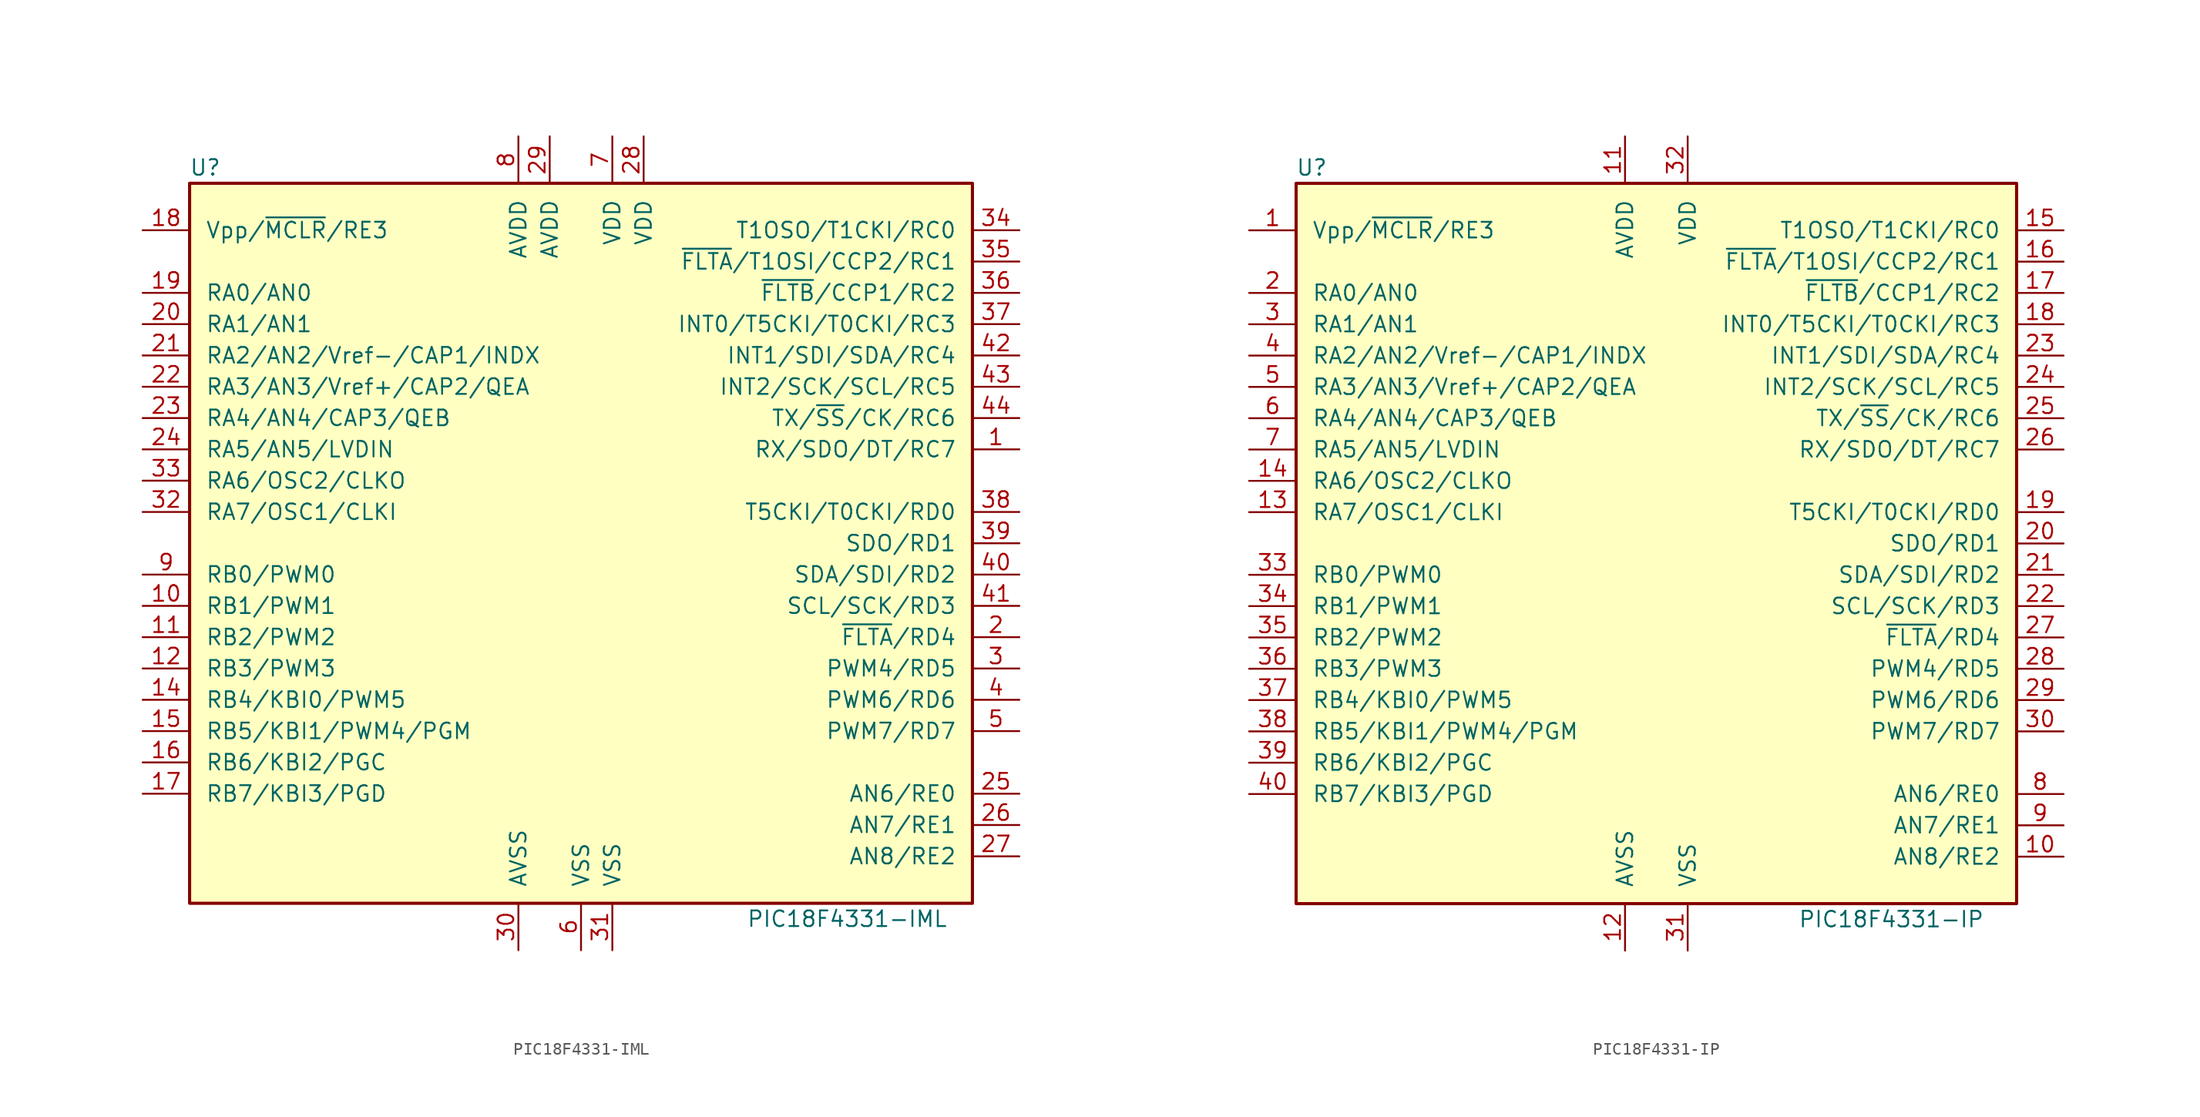
<source format=kicad_sym>
(kicad_symbol_lib
  (version 20241209)
  (generator "kicad_symbol_editor")
  (generator_version "9.0")
  (symbol "PIC18F4331-IML"
    (pin_names
      (offset 1.27))
    (property "Reference" "U"
      (at -30.48 30.48 0)
      (effects (font (size 1.27 1.27))))
    (property "Value" "PIC18F4331-IML"
      (at 21.59 -30.48 0)
      (effects (font (size 1.27 1.27))))
    (symbol "PIC18F4331-IML_0_1"
      (rectangle (start -31.75 29.21) (end 31.75 -29.21) (stroke (width 0.254) (type default)) (fill (type background))))
    (symbol "PIC18F4331-IML_1_1"
      (pin input line (at -35.56 25.4 0) (length 3.81) (name "Vpp/~{MCLR}/RE3" (effects (font (size 1.27 1.27)))) (number "18" (effects (font (size 1.27 1.27)))))
      (pin bidirectional line (at -35.56 20.32 0) (length 3.81) (name "RA0/AN0" (effects (font (size 1.27 1.27)))) (number "19" (effects (font (size 1.27 1.27)))))
      (pin bidirectional line (at -35.56 17.78 0) (length 3.81) (name "RA1/AN1" (effects (font (size 1.27 1.27)))) (number "20" (effects (font (size 1.27 1.27)))))
      (pin bidirectional line (at -35.56 15.24 0) (length 3.81) (name "RA2/AN2/Vref-/CAP1/INDX" (effects (font (size 1.27 1.27)))) (number "21" (effects (font (size 1.27 1.27)))))
      (pin bidirectional line (at -35.56 12.7 0) (length 3.81) (name "RA3/AN3/Vref+/CAP2/QEA" (effects (font (size 1.27 1.27)))) (number "22" (effects (font (size 1.27 1.27)))))
      (pin bidirectional line (at -35.56 10.16 0) (length 3.81) (name "RA4/AN4/CAP3/QEB" (effects (font (size 1.27 1.27)))) (number "23" (effects (font (size 1.27 1.27)))))
      (pin bidirectional line (at -35.56 7.62 0) (length 3.81) (name "RA5/AN5/LVDIN" (effects (font (size 1.27 1.27)))) (number "24" (effects (font (size 1.27 1.27)))))
      (pin bidirectional line (at -35.56 5.08 0) (length 3.81) (name "RA6/OSC2/CLKO" (effects (font (size 1.27 1.27)))) (number "33" (effects (font (size 1.27 1.27)))))
      (pin bidirectional line (at -35.56 2.54 0) (length 3.81) (name "RA7/OSC1/CLKI" (effects (font (size 1.27 1.27)))) (number "32" (effects (font (size 1.27 1.27)))))
      (pin bidirectional line (at -35.56 -2.54 0) (length 3.81) (name "RB0/PWM0" (effects (font (size 1.27 1.27)))) (number "9" (effects (font (size 1.27 1.27)))))
      (pin bidirectional line (at -35.56 -5.08 0) (length 3.81) (name "RB1/PWM1" (effects (font (size 1.27 1.27)))) (number "10" (effects (font (size 1.27 1.27)))))
      (pin bidirectional line (at -35.56 -7.62 0) (length 3.81) (name "RB2/PWM2" (effects (font (size 1.27 1.27)))) (number "11" (effects (font (size 1.27 1.27)))))
      (pin bidirectional line (at -35.56 -10.16 0) (length 3.81) (name "RB3/PWM3" (effects (font (size 1.27 1.27)))) (number "12" (effects (font (size 1.27 1.27)))))
      (pin bidirectional line (at -35.56 -12.7 0) (length 3.81) (name "RB4/KBI0/PWM5" (effects (font (size 1.27 1.27)))) (number "14" (effects (font (size 1.27 1.27)))))
      (pin bidirectional line (at -35.56 -15.24 0) (length 3.81) (name "RB5/KBI1/PWM4/PGM" (effects (font (size 1.27 1.27)))) (number "15" (effects (font (size 1.27 1.27)))))
      (pin bidirectional line (at -35.56 -17.78 0) (length 3.81) (name "RB6/KBI2/PGC" (effects (font (size 1.27 1.27)))) (number "16" (effects (font (size 1.27 1.27)))))
      (pin bidirectional line (at -35.56 -20.32 0) (length 3.81) (name "RB7/KBI3/PGD" (effects (font (size 1.27 1.27)))) (number "17" (effects (font (size 1.27 1.27)))))
      (pin no_connect line (at -10.16 -29.21 90) (length 3.81) (hide yes) (name "NC" (effects (font (size 1.27 1.27)))) (number "13" (effects (font (size 1.27 1.27)))))
      (pin power_in line (at -5.08 33.02 270) (length 3.81) (name "AVDD" (effects (font (size 1.27 1.27)))) (number "8" (effects (font (size 1.27 1.27)))))
      (pin power_in line (at -5.08 -33.02 90) (length 3.81) (name "AVSS" (effects (font (size 1.27 1.27)))) (number "30" (effects (font (size 1.27 1.27)))))
      (pin power_in line (at -2.54 33.02 270) (length 3.81) (name "AVDD" (effects (font (size 1.27 1.27)))) (number "29" (effects (font (size 1.27 1.27)))))
      (pin power_in line (at 0 -33.02 90) (length 3.81) (name "VSS" (effects (font (size 1.27 1.27)))) (number "6" (effects (font (size 1.27 1.27)))))
      (pin power_in line (at 2.54 33.02 270) (length 3.81) (name "VDD" (effects (font (size 1.27 1.27)))) (number "7" (effects (font (size 1.27 1.27)))))
      (pin power_in line (at 2.54 -33.02 90) (length 3.81) (name "VSS" (effects (font (size 1.27 1.27)))) (number "31" (effects (font (size 1.27 1.27)))))
      (pin power_in line (at 5.08 33.02 270) (length 3.81) (name "VDD" (effects (font (size 1.27 1.27)))) (number "28" (effects (font (size 1.27 1.27)))))
      (pin bidirectional line (at 35.56 25.4 180) (length 3.81) (name "T1OSO/T1CKI/RC0" (effects (font (size 1.27 1.27)))) (number "34" (effects (font (size 1.27 1.27)))))
      (pin bidirectional line (at 35.56 22.86 180) (length 3.81) (name "~{FLTA}/T1OSI/CCP2/RC1" (effects (font (size 1.27 1.27)))) (number "35" (effects (font (size 1.27 1.27)))))
      (pin bidirectional line (at 35.56 20.32 180) (length 3.81) (name "~{FLTB}/CCP1/RC2" (effects (font (size 1.27 1.27)))) (number "36" (effects (font (size 1.27 1.27)))))
      (pin bidirectional line (at 35.56 17.78 180) (length 3.81) (name "INT0/T5CKI/T0CKI/RC3" (effects (font (size 1.27 1.27)))) (number "37" (effects (font (size 1.27 1.27)))))
      (pin bidirectional line (at 35.56 15.24 180) (length 3.81) (name "INT1/SDI/SDA/RC4" (effects (font (size 1.27 1.27)))) (number "42" (effects (font (size 1.27 1.27)))))
      (pin bidirectional line (at 35.56 12.7 180) (length 3.81) (name "INT2/SCK/SCL/RC5" (effects (font (size 1.27 1.27)))) (number "43" (effects (font (size 1.27 1.27)))))
      (pin bidirectional line (at 35.56 10.16 180) (length 3.81) (name "TX/~{SS}/CK/RC6" (effects (font (size 1.27 1.27)))) (number "44" (effects (font (size 1.27 1.27)))))
      (pin bidirectional line (at 35.56 7.62 180) (length 3.81) (name "RX/SDO/DT/RC7" (effects (font (size 1.27 1.27)))) (number "1" (effects (font (size 1.27 1.27)))))
      (pin bidirectional line (at 35.56 2.54 180) (length 3.81) (name "T5CKI/T0CKI/RD0" (effects (font (size 1.27 1.27)))) (number "38" (effects (font (size 1.27 1.27)))))
      (pin bidirectional line (at 35.56 0 180) (length 3.81) (name "SDO/RD1" (effects (font (size 1.27 1.27)))) (number "39" (effects (font (size 1.27 1.27)))))
      (pin bidirectional line (at 35.56 -2.54 180) (length 3.81) (name "SDA/SDI/RD2" (effects (font (size 1.27 1.27)))) (number "40" (effects (font (size 1.27 1.27)))))
      (pin bidirectional line (at 35.56 -5.08 180) (length 3.81) (name "SCL/SCK/RD3" (effects (font (size 1.27 1.27)))) (number "41" (effects (font (size 1.27 1.27)))))
      (pin bidirectional line (at 35.56 -7.62 180) (length 3.81) (name "~{FLTA}/RD4" (effects (font (size 1.27 1.27)))) (number "2" (effects (font (size 1.27 1.27)))))
      (pin bidirectional line (at 35.56 -10.16 180) (length 3.81) (name "PWM4/RD5" (effects (font (size 1.27 1.27)))) (number "3" (effects (font (size 1.27 1.27)))))
      (pin bidirectional line (at 35.56 -12.7 180) (length 3.81) (name "PWM6/RD6" (effects (font (size 1.27 1.27)))) (number "4" (effects (font (size 1.27 1.27)))))
      (pin bidirectional line (at 35.56 -15.24 180) (length 3.81) (name "PWM7/RD7" (effects (font (size 1.27 1.27)))) (number "5" (effects (font (size 1.27 1.27)))))
      (pin bidirectional line (at 35.56 -20.32 180) (length 3.81) (name "AN6/RE0" (effects (font (size 1.27 1.27)))) (number "25" (effects (font (size 1.27 1.27)))))
      (pin bidirectional line (at 35.56 -22.86 180) (length 3.81) (name "AN7/RE1" (effects (font (size 1.27 1.27)))) (number "26" (effects (font (size 1.27 1.27)))))
      (pin bidirectional line (at 35.56 -25.4 180) (length 3.81) (name "AN8/RE2" (effects (font (size 1.27 1.27)))) (number "27" (effects (font (size 1.27 1.27)))))))
  (symbol "PIC18F4331-IP"
    (pin_names
      (offset 1.27))
    (property "Reference" "U"
      (at -27.94 30.48 0)
      (effects (font (size 1.27 1.27))))
    (property "Value" "PIC18F4331-IP"
      (at 19.05 -30.48 0)
      (effects (font (size 1.27 1.27))))
    (symbol "PIC18F4331-IP_0_1"
      (rectangle (start -29.21 29.21) (end 29.21 -29.21) (stroke (width 0.254) (type default)) (fill (type background))))
    (symbol "PIC18F4331-IP_1_1"
      (pin input line (at -33.02 25.4 0) (length 3.81) (name "Vpp/~{MCLR}/RE3" (effects (font (size 1.27 1.27)))) (number "1" (effects (font (size 1.27 1.27)))))
      (pin bidirectional line (at -33.02 20.32 0) (length 3.81) (name "RA0/AN0" (effects (font (size 1.27 1.27)))) (number "2" (effects (font (size 1.27 1.27)))))
      (pin bidirectional line (at -33.02 17.78 0) (length 3.81) (name "RA1/AN1" (effects (font (size 1.27 1.27)))) (number "3" (effects (font (size 1.27 1.27)))))
      (pin bidirectional line (at -33.02 15.24 0) (length 3.81) (name "RA2/AN2/Vref-/CAP1/INDX" (effects (font (size 1.27 1.27)))) (number "4" (effects (font (size 1.27 1.27)))))
      (pin bidirectional line (at -33.02 12.7 0) (length 3.81) (name "RA3/AN3/Vref+/CAP2/QEA" (effects (font (size 1.27 1.27)))) (number "5" (effects (font (size 1.27 1.27)))))
      (pin bidirectional line (at -33.02 10.16 0) (length 3.81) (name "RA4/AN4/CAP3/QEB" (effects (font (size 1.27 1.27)))) (number "6" (effects (font (size 1.27 1.27)))))
      (pin bidirectional line (at -33.02 7.62 0) (length 3.81) (name "RA5/AN5/LVDIN" (effects (font (size 1.27 1.27)))) (number "7" (effects (font (size 1.27 1.27)))))
      (pin bidirectional line (at -33.02 5.08 0) (length 3.81) (name "RA6/OSC2/CLKO" (effects (font (size 1.27 1.27)))) (number "14" (effects (font (size 1.27 1.27)))))
      (pin bidirectional line (at -33.02 2.54 0) (length 3.81) (name "RA7/OSC1/CLKI" (effects (font (size 1.27 1.27)))) (number "13" (effects (font (size 1.27 1.27)))))
      (pin bidirectional line (at -33.02 -2.54 0) (length 3.81) (name "RB0/PWM0" (effects (font (size 1.27 1.27)))) (number "33" (effects (font (size 1.27 1.27)))))
      (pin bidirectional line (at -33.02 -5.08 0) (length 3.81) (name "RB1/PWM1" (effects (font (size 1.27 1.27)))) (number "34" (effects (font (size 1.27 1.27)))))
      (pin bidirectional line (at -33.02 -7.62 0) (length 3.81) (name "RB2/PWM2" (effects (font (size 1.27 1.27)))) (number "35" (effects (font (size 1.27 1.27)))))
      (pin bidirectional line (at -33.02 -10.16 0) (length 3.81) (name "RB3/PWM3" (effects (font (size 1.27 1.27)))) (number "36" (effects (font (size 1.27 1.27)))))
      (pin bidirectional line (at -33.02 -12.7 0) (length 3.81) (name "RB4/KBI0/PWM5" (effects (font (size 1.27 1.27)))) (number "37" (effects (font (size 1.27 1.27)))))
      (pin bidirectional line (at -33.02 -15.24 0) (length 3.81) (name "RB5/KBI1/PWM4/PGM" (effects (font (size 1.27 1.27)))) (number "38" (effects (font (size 1.27 1.27)))))
      (pin bidirectional line (at -33.02 -17.78 0) (length 3.81) (name "RB6/KBI2/PGC" (effects (font (size 1.27 1.27)))) (number "39" (effects (font (size 1.27 1.27)))))
      (pin bidirectional line (at -33.02 -20.32 0) (length 3.81) (name "RB7/KBI3/PGD" (effects (font (size 1.27 1.27)))) (number "40" (effects (font (size 1.27 1.27)))))
      (pin power_in line (at -2.54 33.02 270) (length 3.81) (name "AVDD" (effects (font (size 1.27 1.27)))) (number "11" (effects (font (size 1.27 1.27)))))
      (pin power_in line (at -2.54 -33.02 90) (length 3.81) (name "AVSS" (effects (font (size 1.27 1.27)))) (number "12" (effects (font (size 1.27 1.27)))))
      (pin power_in line (at 2.54 33.02 270) (length 3.81) (name "VDD" (effects (font (size 1.27 1.27)))) (number "32" (effects (font (size 1.27 1.27)))))
      (pin power_in line (at 2.54 -33.02 90) (length 3.81) (name "VSS" (effects (font (size 1.27 1.27)))) (number "31" (effects (font (size 1.27 1.27)))))
      (pin bidirectional line (at 33.02 25.4 180) (length 3.81) (name "T1OSO/T1CKI/RC0" (effects (font (size 1.27 1.27)))) (number "15" (effects (font (size 1.27 1.27)))))
      (pin bidirectional line (at 33.02 22.86 180) (length 3.81) (name "~{FLTA}/T1OSI/CCP2/RC1" (effects (font (size 1.27 1.27)))) (number "16" (effects (font (size 1.27 1.27)))))
      (pin bidirectional line (at 33.02 20.32 180) (length 3.81) (name "~{FLTB}/CCP1/RC2" (effects (font (size 1.27 1.27)))) (number "17" (effects (font (size 1.27 1.27)))))
      (pin bidirectional line (at 33.02 17.78 180) (length 3.81) (name "INT0/T5CKI/T0CKI/RC3" (effects (font (size 1.27 1.27)))) (number "18" (effects (font (size 1.27 1.27)))))
      (pin bidirectional line (at 33.02 15.24 180) (length 3.81) (name "INT1/SDI/SDA/RC4" (effects (font (size 1.27 1.27)))) (number "23" (effects (font (size 1.27 1.27)))))
      (pin bidirectional line (at 33.02 12.7 180) (length 3.81) (name "INT2/SCK/SCL/RC5" (effects (font (size 1.27 1.27)))) (number "24" (effects (font (size 1.27 1.27)))))
      (pin bidirectional line (at 33.02 10.16 180) (length 3.81) (name "TX/~{SS}/CK/RC6" (effects (font (size 1.27 1.27)))) (number "25" (effects (font (size 1.27 1.27)))))
      (pin bidirectional line (at 33.02 7.62 180) (length 3.81) (name "RX/SDO/DT/RC7" (effects (font (size 1.27 1.27)))) (number "26" (effects (font (size 1.27 1.27)))))
      (pin bidirectional line (at 33.02 2.54 180) (length 3.81) (name "T5CKI/T0CKI/RD0" (effects (font (size 1.27 1.27)))) (number "19" (effects (font (size 1.27 1.27)))))
      (pin bidirectional line (at 33.02 0 180) (length 3.81) (name "SDO/RD1" (effects (font (size 1.27 1.27)))) (number "20" (effects (font (size 1.27 1.27)))))
      (pin bidirectional line (at 33.02 -2.54 180) (length 3.81) (name "SDA/SDI/RD2" (effects (font (size 1.27 1.27)))) (number "21" (effects (font (size 1.27 1.27)))))
      (pin bidirectional line (at 33.02 -5.08 180) (length 3.81) (name "SCL/SCK/RD3" (effects (font (size 1.27 1.27)))) (number "22" (effects (font (size 1.27 1.27)))))
      (pin bidirectional line (at 33.02 -7.62 180) (length 3.81) (name "~{FLTA}/RD4" (effects (font (size 1.27 1.27)))) (number "27" (effects (font (size 1.27 1.27)))))
      (pin bidirectional line (at 33.02 -10.16 180) (length 3.81) (name "PWM4/RD5" (effects (font (size 1.27 1.27)))) (number "28" (effects (font (size 1.27 1.27)))))
      (pin bidirectional line (at 33.02 -12.7 180) (length 3.81) (name "PWM6/RD6" (effects (font (size 1.27 1.27)))) (number "29" (effects (font (size 1.27 1.27)))))
      (pin bidirectional line (at 33.02 -15.24 180) (length 3.81) (name "PWM7/RD7" (effects (font (size 1.27 1.27)))) (number "30" (effects (font (size 1.27 1.27)))))
      (pin bidirectional line (at 33.02 -20.32 180) (length 3.81) (name "AN6/RE0" (effects (font (size 1.27 1.27)))) (number "8" (effects (font (size 1.27 1.27)))))
      (pin bidirectional line (at 33.02 -22.86 180) (length 3.81) (name "AN7/RE1" (effects (font (size 1.27 1.27)))) (number "9" (effects (font (size 1.27 1.27)))))
      (pin bidirectional line (at 33.02 -25.4 180) (length 3.81) (name "AN8/RE2" (effects (font (size 1.27 1.27)))) (number "10" (effects (font (size 1.27 1.27))))))))
</source>
